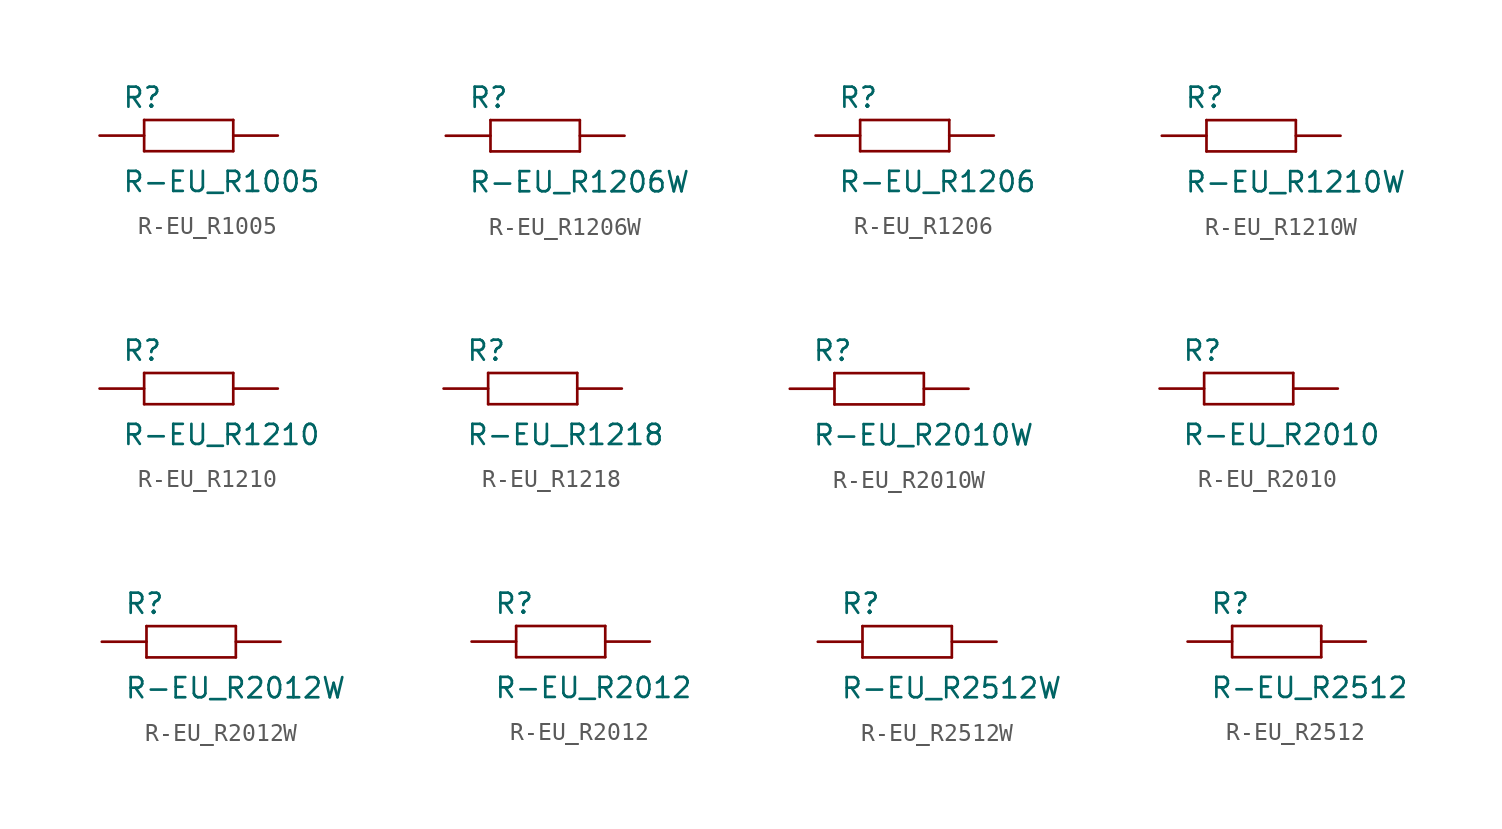
<source format=kicad_sym>
(kicad_symbol_lib
  (version 20211014)
  (generator kicad_symbol_editor)
  (symbol "R-EU_R1005"
    (pin_numbers hide)
    (pin_names
      (offset 1.016) hide)
    (property "Reference" "R"
      (at -3.81 1.499 0)
      (effects (font (size 1.143 1.143)) (justify left bottom)))
    (property "Value" "R-EU_R1005"
      (at -3.81 -3.302 0)
      (effects (font (size 1.143 1.143)) (justify left bottom)))
    (property "ki_locked" ""
      (at 0 0 0)
      (effects (font (size 1.27 1.27))))
    (symbol "R-EU_R1005_1_0"
      (polyline (pts (xy -2.54 -0.889) (xy -2.54 0.889)) (stroke (width 0) (type default) (color 0 0 0 0)) (fill (type none)))
      (polyline (pts (xy -2.54 -0.889) (xy 2.54 -0.889)) (stroke (width 0) (type default) (color 0 0 0 0)) (fill (type none)))
      (polyline (pts (xy 2.54 -0.889) (xy 2.54 0.889)) (stroke (width 0) (type default) (color 0 0 0 0)) (fill (type none)))
      (polyline (pts (xy 2.54 0.889) (xy -2.54 0.889)) (stroke (width 0) (type default) (color 0 0 0 0)) (fill (type none))))
    (symbol "R-EU_R1005_1_1"
      (pin passive line (at -5.08 0 0) (length 2.54) (name "1" (effects (font (size 1.016 1.016)))) (number "1" (effects (font (size 1.016 1.016)))))
      (pin passive line (at 5.08 0 180) (length 2.54) (name "2" (effects (font (size 1.016 1.016)))) (number "2" (effects (font (size 1.016 1.016)))))))
  (symbol "R-EU_R1206W"
    (pin_numbers hide)
    (pin_names
      (offset 1.016) hide)
    (property "Reference" "R"
      (at -3.81 1.499 0)
      (effects (font (size 1.143 1.143)) (justify left bottom)))
    (property "Value" "R-EU_R1206W"
      (at -3.81 -3.302 0)
      (effects (font (size 1.143 1.143)) (justify left bottom)))
    (property "ki_locked" ""
      (at 0 0 0)
      (effects (font (size 1.27 1.27))))
    (symbol "R-EU_R1206W_1_0"
      (polyline (pts (xy -2.54 -0.889) (xy -2.54 0.889)) (stroke (width 0) (type default) (color 0 0 0 0)) (fill (type none)))
      (polyline (pts (xy -2.54 -0.889) (xy 2.54 -0.889)) (stroke (width 0) (type default) (color 0 0 0 0)) (fill (type none)))
      (polyline (pts (xy 2.54 -0.889) (xy 2.54 0.889)) (stroke (width 0) (type default) (color 0 0 0 0)) (fill (type none)))
      (polyline (pts (xy 2.54 0.889) (xy -2.54 0.889)) (stroke (width 0) (type default) (color 0 0 0 0)) (fill (type none))))
    (symbol "R-EU_R1206W_1_1"
      (pin passive line (at -5.08 0 0) (length 2.54) (name "1" (effects (font (size 1.016 1.016)))) (number "1" (effects (font (size 1.016 1.016)))))
      (pin passive line (at 5.08 0 180) (length 2.54) (name "2" (effects (font (size 1.016 1.016)))) (number "2" (effects (font (size 1.016 1.016)))))))
  (symbol "R-EU_R1206"
    (pin_numbers hide)
    (pin_names
      (offset 1.016) hide)
    (property "Reference" "R"
      (at -3.81 1.499 0)
      (effects (font (size 1.143 1.143)) (justify left bottom)))
    (property "Value" "R-EU_R1206"
      (at -3.81 -3.302 0)
      (effects (font (size 1.143 1.143)) (justify left bottom)))
    (property "ki_locked" ""
      (at 0 0 0)
      (effects (font (size 1.27 1.27))))
    (symbol "R-EU_R1206_1_0"
      (polyline (pts (xy -2.54 -0.889) (xy -2.54 0.889)) (stroke (width 0) (type default) (color 0 0 0 0)) (fill (type none)))
      (polyline (pts (xy -2.54 -0.889) (xy 2.54 -0.889)) (stroke (width 0) (type default) (color 0 0 0 0)) (fill (type none)))
      (polyline (pts (xy 2.54 -0.889) (xy 2.54 0.889)) (stroke (width 0) (type default) (color 0 0 0 0)) (fill (type none)))
      (polyline (pts (xy 2.54 0.889) (xy -2.54 0.889)) (stroke (width 0) (type default) (color 0 0 0 0)) (fill (type none))))
    (symbol "R-EU_R1206_1_1"
      (pin passive line (at -5.08 0 0) (length 2.54) (name "1" (effects (font (size 1.016 1.016)))) (number "1" (effects (font (size 1.016 1.016)))))
      (pin passive line (at 5.08 0 180) (length 2.54) (name "2" (effects (font (size 1.016 1.016)))) (number "2" (effects (font (size 1.016 1.016)))))))
  (symbol "R-EU_R1210W"
    (pin_numbers hide)
    (pin_names
      (offset 1.016) hide)
    (property "Reference" "R"
      (at -3.81 1.499 0)
      (effects (font (size 1.143 1.143)) (justify left bottom)))
    (property "Value" "R-EU_R1210W"
      (at -3.81 -3.302 0)
      (effects (font (size 1.143 1.143)) (justify left bottom)))
    (property "ki_locked" ""
      (at 0 0 0)
      (effects (font (size 1.27 1.27))))
    (symbol "R-EU_R1210W_1_0"
      (polyline (pts (xy -2.54 -0.889) (xy -2.54 0.889)) (stroke (width 0) (type default) (color 0 0 0 0)) (fill (type none)))
      (polyline (pts (xy -2.54 -0.889) (xy 2.54 -0.889)) (stroke (width 0) (type default) (color 0 0 0 0)) (fill (type none)))
      (polyline (pts (xy 2.54 -0.889) (xy 2.54 0.889)) (stroke (width 0) (type default) (color 0 0 0 0)) (fill (type none)))
      (polyline (pts (xy 2.54 0.889) (xy -2.54 0.889)) (stroke (width 0) (type default) (color 0 0 0 0)) (fill (type none))))
    (symbol "R-EU_R1210W_1_1"
      (pin passive line (at -5.08 0 0) (length 2.54) (name "1" (effects (font (size 1.016 1.016)))) (number "1" (effects (font (size 1.016 1.016)))))
      (pin passive line (at 5.08 0 180) (length 2.54) (name "2" (effects (font (size 1.016 1.016)))) (number "2" (effects (font (size 1.016 1.016)))))))
  (symbol "R-EU_R1210"
    (pin_numbers hide)
    (pin_names
      (offset 1.016) hide)
    (property "Reference" "R"
      (at -3.81 1.499 0)
      (effects (font (size 1.143 1.143)) (justify left bottom)))
    (property "Value" "R-EU_R1210"
      (at -3.81 -3.302 0)
      (effects (font (size 1.143 1.143)) (justify left bottom)))
    (property "ki_locked" ""
      (at 0 0 0)
      (effects (font (size 1.27 1.27))))
    (symbol "R-EU_R1210_1_0"
      (polyline (pts (xy -2.54 -0.889) (xy -2.54 0.889)) (stroke (width 0) (type default) (color 0 0 0 0)) (fill (type none)))
      (polyline (pts (xy -2.54 -0.889) (xy 2.54 -0.889)) (stroke (width 0) (type default) (color 0 0 0 0)) (fill (type none)))
      (polyline (pts (xy 2.54 -0.889) (xy 2.54 0.889)) (stroke (width 0) (type default) (color 0 0 0 0)) (fill (type none)))
      (polyline (pts (xy 2.54 0.889) (xy -2.54 0.889)) (stroke (width 0) (type default) (color 0 0 0 0)) (fill (type none))))
    (symbol "R-EU_R1210_1_1"
      (pin passive line (at -5.08 0 0) (length 2.54) (name "1" (effects (font (size 1.016 1.016)))) (number "1" (effects (font (size 1.016 1.016)))))
      (pin passive line (at 5.08 0 180) (length 2.54) (name "2" (effects (font (size 1.016 1.016)))) (number "2" (effects (font (size 1.016 1.016)))))))
  (symbol "R-EU_R1218"
    (pin_numbers hide)
    (pin_names
      (offset 1.016) hide)
    (property "Reference" "R"
      (at -3.81 1.499 0)
      (effects (font (size 1.143 1.143)) (justify left bottom)))
    (property "Value" "R-EU_R1218"
      (at -3.81 -3.302 0)
      (effects (font (size 1.143 1.143)) (justify left bottom)))
    (property "ki_locked" ""
      (at 0 0 0)
      (effects (font (size 1.27 1.27))))
    (symbol "R-EU_R1218_1_0"
      (polyline (pts (xy -2.54 -0.889) (xy -2.54 0.889)) (stroke (width 0) (type default) (color 0 0 0 0)) (fill (type none)))
      (polyline (pts (xy -2.54 -0.889) (xy 2.54 -0.889)) (stroke (width 0) (type default) (color 0 0 0 0)) (fill (type none)))
      (polyline (pts (xy 2.54 -0.889) (xy 2.54 0.889)) (stroke (width 0) (type default) (color 0 0 0 0)) (fill (type none)))
      (polyline (pts (xy 2.54 0.889) (xy -2.54 0.889)) (stroke (width 0) (type default) (color 0 0 0 0)) (fill (type none))))
    (symbol "R-EU_R1218_1_1"
      (pin passive line (at -5.08 0 0) (length 2.54) (name "1" (effects (font (size 1.016 1.016)))) (number "1" (effects (font (size 1.016 1.016)))))
      (pin passive line (at 5.08 0 180) (length 2.54) (name "2" (effects (font (size 1.016 1.016)))) (number "2" (effects (font (size 1.016 1.016)))))))
  (symbol "R-EU_R2010W"
    (pin_numbers hide)
    (pin_names
      (offset 1.016) hide)
    (property "Reference" "R"
      (at -3.81 1.499 0)
      (effects (font (size 1.143 1.143)) (justify left bottom)))
    (property "Value" "R-EU_R2010W"
      (at -3.81 -3.302 0)
      (effects (font (size 1.143 1.143)) (justify left bottom)))
    (property "ki_locked" ""
      (at 0 0 0)
      (effects (font (size 1.27 1.27))))
    (symbol "R-EU_R2010W_1_0"
      (polyline (pts (xy -2.54 -0.889) (xy -2.54 0.889)) (stroke (width 0) (type default) (color 0 0 0 0)) (fill (type none)))
      (polyline (pts (xy -2.54 -0.889) (xy 2.54 -0.889)) (stroke (width 0) (type default) (color 0 0 0 0)) (fill (type none)))
      (polyline (pts (xy 2.54 -0.889) (xy 2.54 0.889)) (stroke (width 0) (type default) (color 0 0 0 0)) (fill (type none)))
      (polyline (pts (xy 2.54 0.889) (xy -2.54 0.889)) (stroke (width 0) (type default) (color 0 0 0 0)) (fill (type none))))
    (symbol "R-EU_R2010W_1_1"
      (pin passive line (at -5.08 0 0) (length 2.54) (name "1" (effects (font (size 1.016 1.016)))) (number "1" (effects (font (size 1.016 1.016)))))
      (pin passive line (at 5.08 0 180) (length 2.54) (name "2" (effects (font (size 1.016 1.016)))) (number "2" (effects (font (size 1.016 1.016)))))))
  (symbol "R-EU_R2010"
    (pin_numbers hide)
    (pin_names
      (offset 1.016) hide)
    (property "Reference" "R"
      (at -3.81 1.499 0)
      (effects (font (size 1.143 1.143)) (justify left bottom)))
    (property "Value" "R-EU_R2010"
      (at -3.81 -3.302 0)
      (effects (font (size 1.143 1.143)) (justify left bottom)))
    (property "ki_locked" ""
      (at 0 0 0)
      (effects (font (size 1.27 1.27))))
    (symbol "R-EU_R2010_1_0"
      (polyline (pts (xy -2.54 -0.889) (xy -2.54 0.889)) (stroke (width 0) (type default) (color 0 0 0 0)) (fill (type none)))
      (polyline (pts (xy -2.54 -0.889) (xy 2.54 -0.889)) (stroke (width 0) (type default) (color 0 0 0 0)) (fill (type none)))
      (polyline (pts (xy 2.54 -0.889) (xy 2.54 0.889)) (stroke (width 0) (type default) (color 0 0 0 0)) (fill (type none)))
      (polyline (pts (xy 2.54 0.889) (xy -2.54 0.889)) (stroke (width 0) (type default) (color 0 0 0 0)) (fill (type none))))
    (symbol "R-EU_R2010_1_1"
      (pin passive line (at -5.08 0 0) (length 2.54) (name "1" (effects (font (size 1.016 1.016)))) (number "1" (effects (font (size 1.016 1.016)))))
      (pin passive line (at 5.08 0 180) (length 2.54) (name "2" (effects (font (size 1.016 1.016)))) (number "2" (effects (font (size 1.016 1.016)))))))
  (symbol "R-EU_R2012W"
    (pin_numbers hide)
    (pin_names
      (offset 1.016) hide)
    (property "Reference" "R"
      (at -3.81 1.499 0)
      (effects (font (size 1.143 1.143)) (justify left bottom)))
    (property "Value" "R-EU_R2012W"
      (at -3.81 -3.302 0)
      (effects (font (size 1.143 1.143)) (justify left bottom)))
    (property "ki_locked" ""
      (at 0 0 0)
      (effects (font (size 1.27 1.27))))
    (symbol "R-EU_R2012W_1_0"
      (polyline (pts (xy -2.54 -0.889) (xy -2.54 0.889)) (stroke (width 0) (type default) (color 0 0 0 0)) (fill (type none)))
      (polyline (pts (xy -2.54 -0.889) (xy 2.54 -0.889)) (stroke (width 0) (type default) (color 0 0 0 0)) (fill (type none)))
      (polyline (pts (xy 2.54 -0.889) (xy 2.54 0.889)) (stroke (width 0) (type default) (color 0 0 0 0)) (fill (type none)))
      (polyline (pts (xy 2.54 0.889) (xy -2.54 0.889)) (stroke (width 0) (type default) (color 0 0 0 0)) (fill (type none))))
    (symbol "R-EU_R2012W_1_1"
      (pin passive line (at -5.08 0 0) (length 2.54) (name "1" (effects (font (size 1.016 1.016)))) (number "1" (effects (font (size 1.016 1.016)))))
      (pin passive line (at 5.08 0 180) (length 2.54) (name "2" (effects (font (size 1.016 1.016)))) (number "2" (effects (font (size 1.016 1.016)))))))
  (symbol "R-EU_R2012"
    (pin_numbers hide)
    (pin_names
      (offset 1.016) hide)
    (property "Reference" "R"
      (at -3.81 1.499 0)
      (effects (font (size 1.143 1.143)) (justify left bottom)))
    (property "Value" "R-EU_R2012"
      (at -3.81 -3.302 0)
      (effects (font (size 1.143 1.143)) (justify left bottom)))
    (property "ki_locked" ""
      (at 0 0 0)
      (effects (font (size 1.27 1.27))))
    (symbol "R-EU_R2012_1_0"
      (polyline (pts (xy -2.54 -0.889) (xy -2.54 0.889)) (stroke (width 0) (type default) (color 0 0 0 0)) (fill (type none)))
      (polyline (pts (xy -2.54 -0.889) (xy 2.54 -0.889)) (stroke (width 0) (type default) (color 0 0 0 0)) (fill (type none)))
      (polyline (pts (xy 2.54 -0.889) (xy 2.54 0.889)) (stroke (width 0) (type default) (color 0 0 0 0)) (fill (type none)))
      (polyline (pts (xy 2.54 0.889) (xy -2.54 0.889)) (stroke (width 0) (type default) (color 0 0 0 0)) (fill (type none))))
    (symbol "R-EU_R2012_1_1"
      (pin passive line (at -5.08 0 0) (length 2.54) (name "1" (effects (font (size 1.016 1.016)))) (number "1" (effects (font (size 1.016 1.016)))))
      (pin passive line (at 5.08 0 180) (length 2.54) (name "2" (effects (font (size 1.016 1.016)))) (number "2" (effects (font (size 1.016 1.016)))))))
  (symbol "R-EU_R2512W"
    (pin_numbers hide)
    (pin_names
      (offset 1.016) hide)
    (property "Reference" "R"
      (at -3.81 1.499 0)
      (effects (font (size 1.143 1.143)) (justify left bottom)))
    (property "Value" "R-EU_R2512W"
      (at -3.81 -3.302 0)
      (effects (font (size 1.143 1.143)) (justify left bottom)))
    (property "ki_locked" ""
      (at 0 0 0)
      (effects (font (size 1.27 1.27))))
    (symbol "R-EU_R2512W_1_0"
      (polyline (pts (xy -2.54 -0.889) (xy -2.54 0.889)) (stroke (width 0) (type default) (color 0 0 0 0)) (fill (type none)))
      (polyline (pts (xy -2.54 -0.889) (xy 2.54 -0.889)) (stroke (width 0) (type default) (color 0 0 0 0)) (fill (type none)))
      (polyline (pts (xy 2.54 -0.889) (xy 2.54 0.889)) (stroke (width 0) (type default) (color 0 0 0 0)) (fill (type none)))
      (polyline (pts (xy 2.54 0.889) (xy -2.54 0.889)) (stroke (width 0) (type default) (color 0 0 0 0)) (fill (type none))))
    (symbol "R-EU_R2512W_1_1"
      (pin passive line (at -5.08 0 0) (length 2.54) (name "1" (effects (font (size 1.016 1.016)))) (number "1" (effects (font (size 1.016 1.016)))))
      (pin passive line (at 5.08 0 180) (length 2.54) (name "2" (effects (font (size 1.016 1.016)))) (number "2" (effects (font (size 1.016 1.016)))))))
  (symbol "R-EU_R2512"
    (pin_numbers hide)
    (pin_names
      (offset 1.016) hide)
    (property "Reference" "R"
      (at -3.81 1.499 0)
      (effects (font (size 1.143 1.143)) (justify left bottom)))
    (property "Value" "R-EU_R2512"
      (at -3.81 -3.302 0)
      (effects (font (size 1.143 1.143)) (justify left bottom)))
    (property "ki_locked" ""
      (at 0 0 0)
      (effects (font (size 1.27 1.27))))
    (symbol "R-EU_R2512_1_0"
      (polyline (pts (xy -2.54 -0.889) (xy -2.54 0.889)) (stroke (width 0) (type default) (color 0 0 0 0)) (fill (type none)))
      (polyline (pts (xy -2.54 -0.889) (xy 2.54 -0.889)) (stroke (width 0) (type default) (color 0 0 0 0)) (fill (type none)))
      (polyline (pts (xy 2.54 -0.889) (xy 2.54 0.889)) (stroke (width 0) (type default) (color 0 0 0 0)) (fill (type none)))
      (polyline (pts (xy 2.54 0.889) (xy -2.54 0.889)) (stroke (width 0) (type default) (color 0 0 0 0)) (fill (type none))))
    (symbol "R-EU_R2512_1_1"
      (pin passive line (at -5.08 0 0) (length 2.54) (name "1" (effects (font (size 1.016 1.016)))) (number "1" (effects (font (size 1.016 1.016)))))
      (pin passive line (at 5.08 0 180) (length 2.54) (name "2" (effects (font (size 1.016 1.016)))) (number "2" (effects (font (size 1.016 1.016))))))))
</source>
